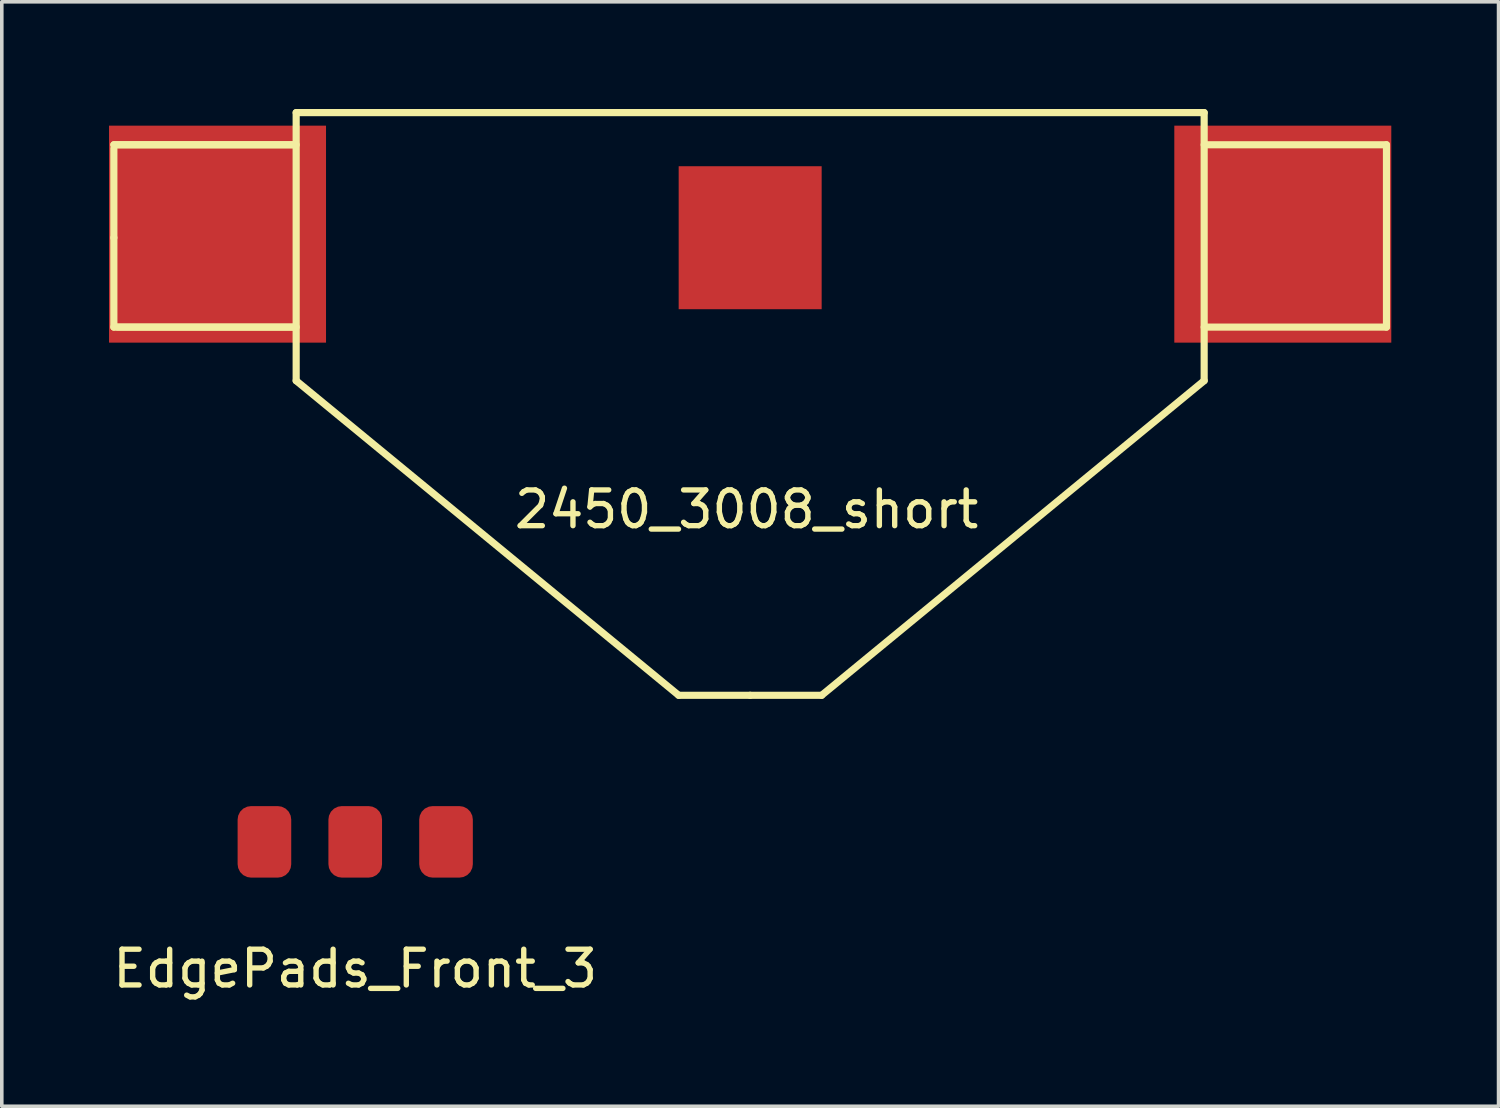
<source format=kicad_pcb>
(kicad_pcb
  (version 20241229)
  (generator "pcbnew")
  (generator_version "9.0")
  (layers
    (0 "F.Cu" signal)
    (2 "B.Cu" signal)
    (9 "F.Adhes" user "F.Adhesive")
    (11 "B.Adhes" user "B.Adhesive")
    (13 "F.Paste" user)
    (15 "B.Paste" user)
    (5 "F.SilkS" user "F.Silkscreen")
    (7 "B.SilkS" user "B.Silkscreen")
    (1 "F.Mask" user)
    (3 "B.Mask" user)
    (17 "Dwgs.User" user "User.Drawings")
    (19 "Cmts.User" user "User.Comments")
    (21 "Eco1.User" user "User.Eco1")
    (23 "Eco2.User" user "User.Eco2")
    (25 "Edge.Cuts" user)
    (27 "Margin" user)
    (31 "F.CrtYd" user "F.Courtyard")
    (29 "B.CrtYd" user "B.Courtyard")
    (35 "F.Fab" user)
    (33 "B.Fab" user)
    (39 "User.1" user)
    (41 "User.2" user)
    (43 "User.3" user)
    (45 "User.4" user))
  (footprint "EdgePads_Front_3"
    (layer "F.Cu")
    (at 6.887 23.548)
    (property "Reference" "EdgePads_Front_3" (at 0 0.5 0) (layer "F.SilkS") (effects (font (size 1 1) (thickness 0.15))))
    (attr through_hole)
    (pad "1" connect roundrect (at -2.54 -3.048) (size 1.5 2) (layers "F.Cu" "F.Mask") (roundrect_rratio 0.25))
    (pad "2" connect roundrect (at 0 -3.048) (size 1.5 2) (layers "F.Cu" "F.Mask") (roundrect_rratio 0.25))
    (pad "3" connect roundrect (at 2.54 -3.048) (size 1.5 2) (layers "F.Cu" "F.Mask") (roundrect_rratio 0.25)))
  (footprint "2450_3008_short"
    (layer "F.Cu")
    (at 17.935 3.6)
    (property "Reference" "2450_3008_short" (at -0.1 7.6 0) (layer "F.SilkS") (effects (font (size 1 1) (thickness 0.15))))
    (attr through_hole)
    (fp_line (start -17.8 -2.6) (end -12.8 -2.6) (stroke (width 0.2) (type solid)) (layer "F.SilkS"))
    (fp_line (start -17.8 -2.6) (end -12.7 -2.6) (stroke (width 0.2) (type solid)) (layer "F.SilkS"))
    (fp_line (start -17.8 0) (end -17.8 -2.5) (stroke (width 0.2) (type solid)) (layer "F.SilkS"))
    (fp_line (start -17.8 0) (end -17.8 2.5) (stroke (width 0.2) (type solid)) (layer "F.SilkS"))
    (fp_line (start -17.8 2.5) (end -12.8 2.5) (stroke (width 0.2) (type solid)) (layer "F.SilkS"))
    (fp_line (start -17.7 2.5) (end -12.7 2.5) (stroke (width 0.2) (type solid)) (layer "F.SilkS"))
    (fp_line (start -12.7 -3.5) (end -12.7 4) (stroke (width 0.2) (type solid)) (layer "F.SilkS"))
    (fp_line (start -12.7 4) (end -2 12.8) (stroke (width 0.2) (type solid)) (layer "F.SilkS"))
    (fp_line (start 0 12.8) (end -2 12.8) (stroke (width 0.2) (type solid)) (layer "F.SilkS"))
    (fp_line (start 2 12.8) (end 0 12.8) (stroke (width 0.2) (type solid)) (layer "F.SilkS"))
    (fp_line (start 2 12.8) (end 12.7 4) (stroke (width 0.2) (type solid)) (layer "F.SilkS"))
    (fp_line (start 12.7 -3.5) (end -12.7 -3.5) (stroke (width 0.2) (type solid)) (layer "F.SilkS"))
    (fp_line (start 12.7 4) (end 12.7 -3.5) (stroke (width 0.2) (type solid)) (layer "F.SilkS"))
    (fp_line (start 17.8 -2.6) (end 12.7 -2.6) (stroke (width 0.2) (type solid)) (layer "F.SilkS"))
    (fp_line (start 17.8 -2.6) (end 17.8 2.5) (stroke (width 0.2) (type solid)) (layer "F.SilkS"))
    (fp_line (start 17.8 2.5) (end 12.7 2.5) (stroke (width 0.2) (type solid)) (layer "F.SilkS"))
    (pad "1" smd rect (at -14.9 -0.1) (size 6.07 6.07) (layers "F.Cu" "F.Mask" "F.Paste"))
    (pad "1" smd rect (at 14.9 -0.1) (size 6.07 6.07) (layers "F.Cu" "F.Mask" "F.Paste"))
    (pad "2" smd rect (at 0 0) (size 4 4) (layers "F.Cu" "F.Mask" "F.Paste")))
  (gr_rect
    (start -3 -3)
    (end 38.87 27.896)
    (stroke (width 0.1) (type default))
    (fill no)
    (layer "Edge.Cuts")))
</source>
